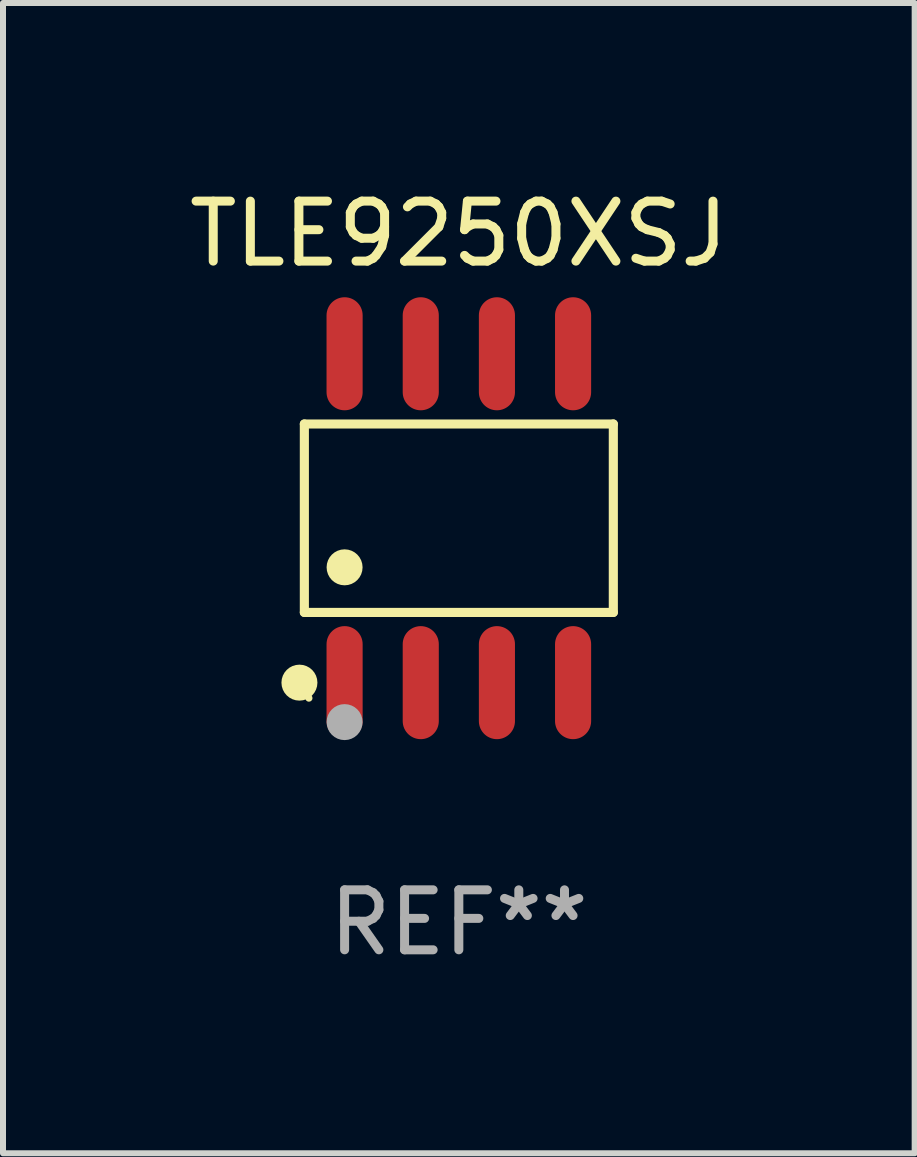
<source format=kicad_pcb>
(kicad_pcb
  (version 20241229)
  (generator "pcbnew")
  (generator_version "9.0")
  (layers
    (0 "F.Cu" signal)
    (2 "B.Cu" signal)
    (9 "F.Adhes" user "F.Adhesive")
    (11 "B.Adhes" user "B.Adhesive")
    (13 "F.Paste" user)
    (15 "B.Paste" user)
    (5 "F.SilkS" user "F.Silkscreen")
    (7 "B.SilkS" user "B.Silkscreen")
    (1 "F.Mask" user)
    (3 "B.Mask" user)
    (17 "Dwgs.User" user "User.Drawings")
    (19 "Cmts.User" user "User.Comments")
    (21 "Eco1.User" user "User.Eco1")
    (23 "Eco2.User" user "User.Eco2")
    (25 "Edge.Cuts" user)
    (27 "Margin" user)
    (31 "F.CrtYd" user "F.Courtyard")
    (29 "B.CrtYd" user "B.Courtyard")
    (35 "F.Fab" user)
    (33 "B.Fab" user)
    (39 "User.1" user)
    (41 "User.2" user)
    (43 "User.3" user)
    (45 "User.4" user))
  (footprint "TLE9250XSJ"
    (layer "F.Cu")
    (at 4.601 5.591)
    (property "Reference" "TLE9250XSJ" (at 0 -4.742 0) (layer "F.SilkS") (effects (font (size 1 1) (thickness 0.15))))
    (attr through_hole)
    (fp_line (start -2.576 -1.571) (end 2.576 -1.571) (stroke (width 0.152) (type solid)) (layer "F.SilkS"))
    (fp_line (start -2.576 1.571) (end -2.576 -1.571) (stroke (width 0.152) (type solid)) (layer "F.SilkS"))
    (fp_line (start 2.576 -1.571) (end 2.576 1.571) (stroke (width 0.152) (type solid)) (layer "F.SilkS"))
    (fp_line (start 2.576 1.571) (end -2.576 1.571) (stroke (width 0.152) (type solid)) (layer "F.SilkS"))
    (fp_circle (center -2.658 2.742) (end -2.508 2.742) (stroke (width 0.3) (type solid)) (fill no) (layer "F.SilkS"))
    (fp_circle (center -2.5 3) (end -2.47 3) (stroke (width 0.06) (type solid)) (fill no) (layer "F.SilkS"))
    (fp_circle (center -1.905 0.819) (end -1.755 0.819) (stroke (width 0.3) (type solid)) (fill no) (layer "F.SilkS"))
    (fp_circle (center -1.905 3.4) (end -1.755 3.4) (stroke (width 0.3) (type solid)) (fill no) (layer "F.Fab"))
    (fp_text user "REF**" (at 0 6.742 0) (layer "F.Fab") (effects (font (size 1 1) (thickness 0.15))))
    (pad "1" smd oval (at -1.905 2.742) (size 0.602 1.885) (layers "F.Cu" "F.Mask" "F.Paste"))
    (pad "2" smd oval (at -0.635 2.742) (size 0.602 1.885) (layers "F.Cu" "F.Mask" "F.Paste"))
    (pad "3" smd oval (at 0.635 2.742) (size 0.602 1.885) (layers "F.Cu" "F.Mask" "F.Paste"))
    (pad "4" smd oval (at 1.905 2.742) (size 0.602 1.885) (layers "F.Cu" "F.Mask" "F.Paste"))
    (pad "5" smd oval (at 1.905 -2.742) (size 0.602 1.885) (layers "F.Cu" "F.Mask" "F.Paste"))
    (pad "6" smd oval (at 0.635 -2.742) (size 0.602 1.885) (layers "F.Cu" "F.Mask" "F.Paste"))
    (pad "7" smd oval (at -0.635 -2.742) (size 0.602 1.885) (layers "F.Cu" "F.Mask" "F.Paste"))
    (pad "8" smd oval (at -1.905 -2.742) (size 0.602 1.885) (layers "F.Cu" "F.Mask" "F.Paste")))
  (gr_rect
    (start -3 -3)
    (end 12.202 16.181)
    (stroke (width 0.1) (type default))
    (fill no)
    (layer "Edge.Cuts")))
</source>
